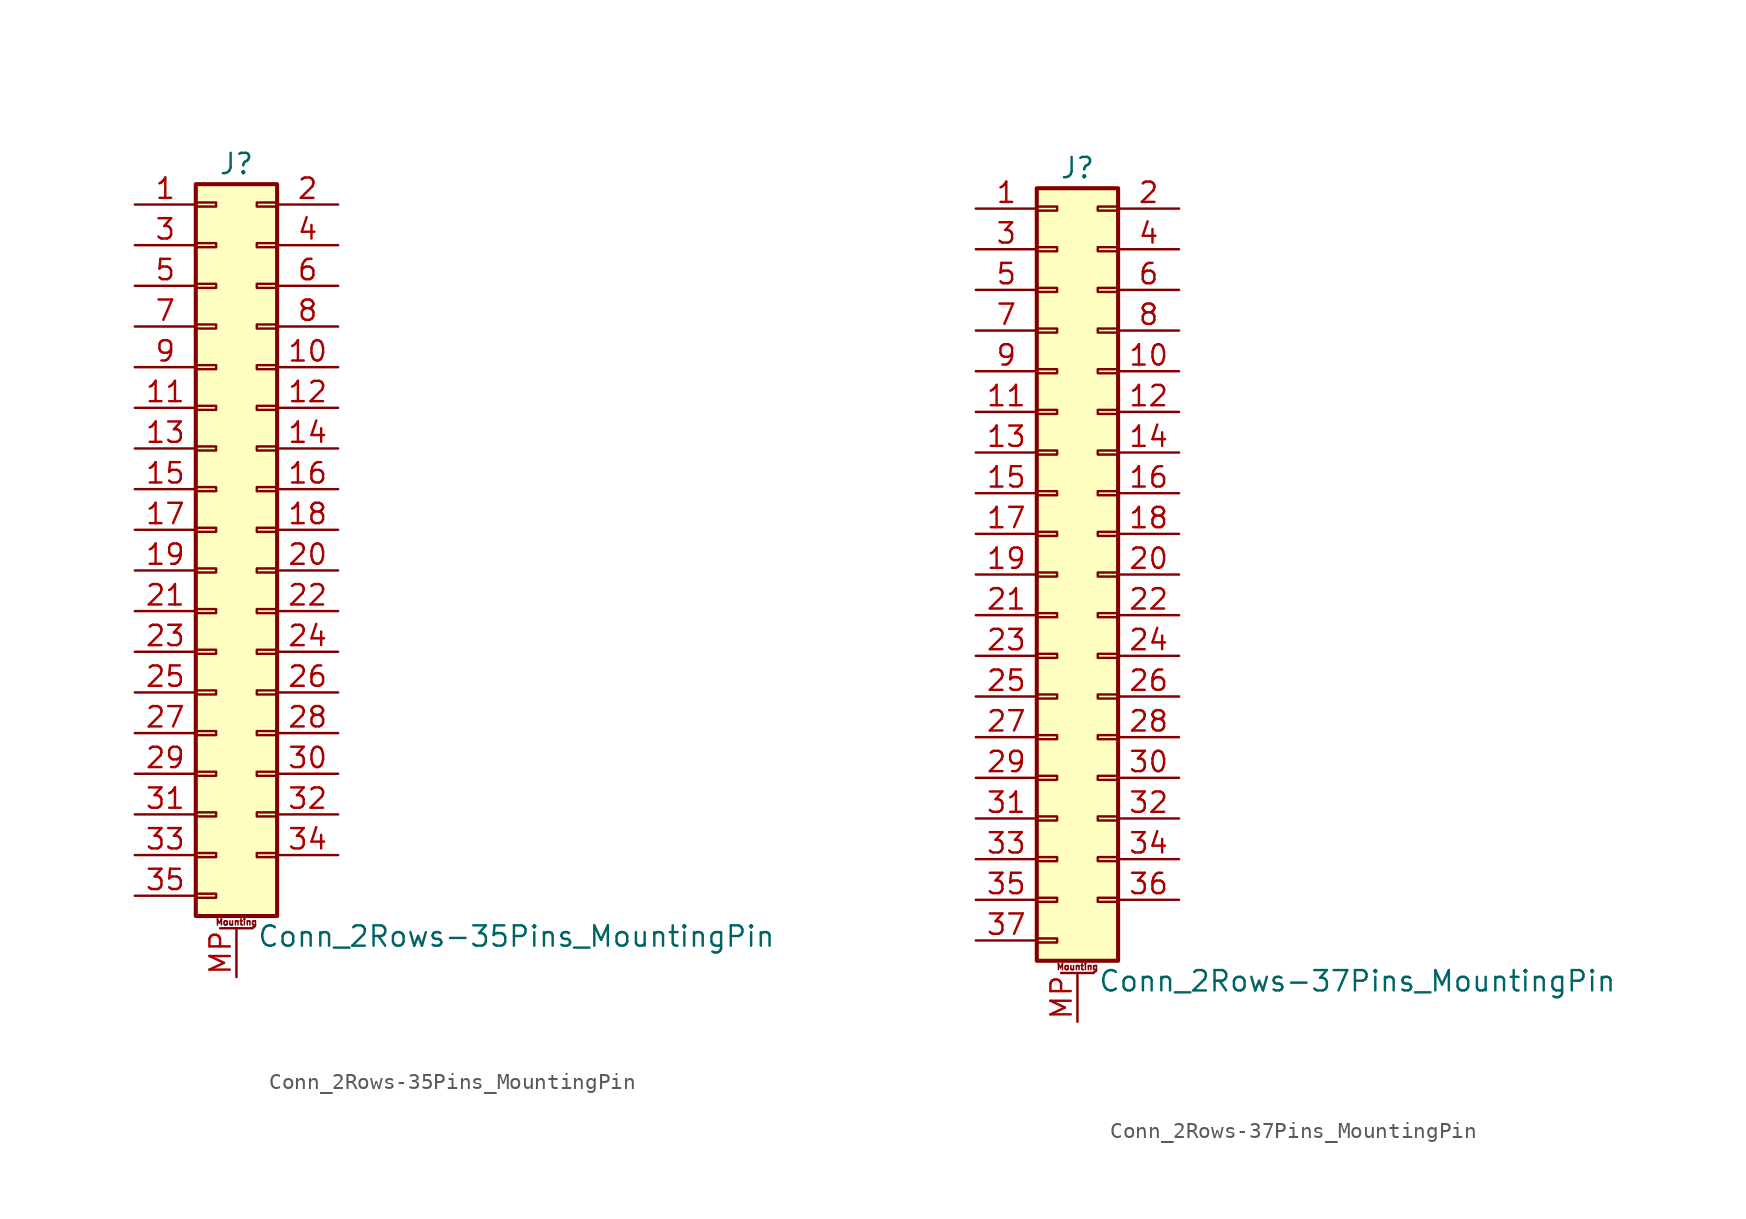
<source format=kicad_sym>
(kicad_symbol_lib
  (version 20201005)
  (generator kicad_symbol_editor)
  (symbol "Conn_2Rows-35Pins_MountingPin"
    (pin_names
      (offset 1.016) hide)
    (property "Reference" "J"
      (at 1.27 22.86 0)
      (effects (font (size 1.27 1.27))))
    (property "Value" "Conn_2Rows-35Pins_MountingPin"
      (at 2.54 -25.4 0)
      (effects (font (size 1.27 1.27)) (justify left)))
    (symbol "Conn_2Rows-35Pins_MountingPin_1_1"
      (text "Mounting" (at 1.27 -24.511 0) (effects (font (size 0.381 0.381))))
      (rectangle (start -1.27 -22.733) (end 0 -22.987) (stroke (width 0.152)) (fill (type none)))
      (rectangle (start -1.27 -20.193) (end 0 -20.447) (stroke (width 0.152)) (fill (type none)))
      (rectangle (start -1.27 -17.653) (end 0 -17.907) (stroke (width 0.152)) (fill (type none)))
      (rectangle (start -1.27 -15.113) (end 0 -15.367) (stroke (width 0.152)) (fill (type none)))
      (rectangle (start -1.27 -12.573) (end 0 -12.827) (stroke (width 0.152)) (fill (type none)))
      (rectangle (start -1.27 -10.033) (end 0 -10.287) (stroke (width 0.152)) (fill (type none)))
      (rectangle (start -1.27 -7.493) (end 0 -7.747) (stroke (width 0.152)) (fill (type none)))
      (rectangle (start -1.27 -4.953) (end 0 -5.207) (stroke (width 0.152)) (fill (type none)))
      (rectangle (start -1.27 -2.413) (end 0 -2.667) (stroke (width 0.152)) (fill (type none)))
      (rectangle (start -1.27 0.127) (end 0 -0.127) (stroke (width 0.152)) (fill (type none)))
      (rectangle (start -1.27 2.667) (end 0 2.413) (stroke (width 0.152)) (fill (type none)))
      (rectangle (start -1.27 5.207) (end 0 4.953) (stroke (width 0.152)) (fill (type none)))
      (rectangle (start -1.27 7.747) (end 0 7.493) (stroke (width 0.152)) (fill (type none)))
      (rectangle (start -1.27 10.287) (end 0 10.033) (stroke (width 0.152)) (fill (type none)))
      (rectangle (start -1.27 12.827) (end 0 12.573) (stroke (width 0.152)) (fill (type none)))
      (rectangle (start -1.27 15.367) (end 0 15.113) (stroke (width 0.152)) (fill (type none)))
      (rectangle (start -1.27 17.907) (end 0 17.653) (stroke (width 0.152)) (fill (type none)))
      (rectangle (start -1.27 20.447) (end 0 20.193) (stroke (width 0.152)) (fill (type none)))
      (rectangle (start -1.27 21.59) (end 3.81 -24.13) (stroke (width 0.254)) (fill (type background)))
      (rectangle (start 3.81 -20.193) (end 2.54 -20.447) (stroke (width 0.152)) (fill (type none)))
      (rectangle (start 3.81 -17.653) (end 2.54 -17.907) (stroke (width 0.152)) (fill (type none)))
      (rectangle (start 3.81 -15.113) (end 2.54 -15.367) (stroke (width 0.152)) (fill (type none)))
      (rectangle (start 3.81 -12.573) (end 2.54 -12.827) (stroke (width 0.152)) (fill (type none)))
      (rectangle (start 3.81 -10.033) (end 2.54 -10.287) (stroke (width 0.152)) (fill (type none)))
      (rectangle (start 3.81 -7.493) (end 2.54 -7.747) (stroke (width 0.152)) (fill (type none)))
      (rectangle (start 3.81 -4.953) (end 2.54 -5.207) (stroke (width 0.152)) (fill (type none)))
      (rectangle (start 3.81 -2.413) (end 2.54 -2.667) (stroke (width 0.152)) (fill (type none)))
      (rectangle (start 3.81 0.127) (end 2.54 -0.127) (stroke (width 0.152)) (fill (type none)))
      (rectangle (start 3.81 2.667) (end 2.54 2.413) (stroke (width 0.152)) (fill (type none)))
      (rectangle (start 3.81 5.207) (end 2.54 4.953) (stroke (width 0.152)) (fill (type none)))
      (rectangle (start 3.81 7.747) (end 2.54 7.493) (stroke (width 0.152)) (fill (type none)))
      (rectangle (start 3.81 10.287) (end 2.54 10.033) (stroke (width 0.152)) (fill (type none)))
      (rectangle (start 3.81 12.827) (end 2.54 12.573) (stroke (width 0.152)) (fill (type none)))
      (rectangle (start 3.81 15.367) (end 2.54 15.113) (stroke (width 0.152)) (fill (type none)))
      (rectangle (start 3.81 17.907) (end 2.54 17.653) (stroke (width 0.152)) (fill (type none)))
      (rectangle (start 3.81 20.447) (end 2.54 20.193) (stroke (width 0.152)) (fill (type none)))
      (polyline (pts (xy 0.254 -24.892) (xy 2.286 -24.892)) (stroke (width 0.152)) (fill (type none)))
      (pin passive line (at -5.08 20.32 0) (length 3.81) (name "Pin_1" (effects (font (size 1.27 1.27)))) (number "1" (effects (font (size 1.27 1.27)))))
      (pin passive line (at 7.62 10.16 180) (length 3.81) (name "Pin_10" (effects (font (size 1.27 1.27)))) (number "10" (effects (font (size 1.27 1.27)))))
      (pin passive line (at -5.08 7.62 0) (length 3.81) (name "Pin_11" (effects (font (size 1.27 1.27)))) (number "11" (effects (font (size 1.27 1.27)))))
      (pin passive line (at 7.62 7.62 180) (length 3.81) (name "Pin_12" (effects (font (size 1.27 1.27)))) (number "12" (effects (font (size 1.27 1.27)))))
      (pin passive line (at -5.08 5.08 0) (length 3.81) (name "Pin_13" (effects (font (size 1.27 1.27)))) (number "13" (effects (font (size 1.27 1.27)))))
      (pin passive line (at 7.62 5.08 180) (length 3.81) (name "Pin_14" (effects (font (size 1.27 1.27)))) (number "14" (effects (font (size 1.27 1.27)))))
      (pin passive line (at -5.08 2.54 0) (length 3.81) (name "Pin_15" (effects (font (size 1.27 1.27)))) (number "15" (effects (font (size 1.27 1.27)))))
      (pin passive line (at 7.62 2.54 180) (length 3.81) (name "Pin_16" (effects (font (size 1.27 1.27)))) (number "16" (effects (font (size 1.27 1.27)))))
      (pin passive line (at -5.08 0 0) (length 3.81) (name "Pin_17" (effects (font (size 1.27 1.27)))) (number "17" (effects (font (size 1.27 1.27)))))
      (pin passive line (at 7.62 0 180) (length 3.81) (name "Pin_18" (effects (font (size 1.27 1.27)))) (number "18" (effects (font (size 1.27 1.27)))))
      (pin passive line (at -5.08 -2.54 0) (length 3.81) (name "Pin_19" (effects (font (size 1.27 1.27)))) (number "19" (effects (font (size 1.27 1.27)))))
      (pin passive line (at 7.62 20.32 180) (length 3.81) (name "Pin_2" (effects (font (size 1.27 1.27)))) (number "2" (effects (font (size 1.27 1.27)))))
      (pin passive line (at 7.62 -2.54 180) (length 3.81) (name "Pin_20" (effects (font (size 1.27 1.27)))) (number "20" (effects (font (size 1.27 1.27)))))
      (pin passive line (at -5.08 -5.08 0) (length 3.81) (name "Pin_21" (effects (font (size 1.27 1.27)))) (number "21" (effects (font (size 1.27 1.27)))))
      (pin passive line (at 7.62 -5.08 180) (length 3.81) (name "Pin_22" (effects (font (size 1.27 1.27)))) (number "22" (effects (font (size 1.27 1.27)))))
      (pin passive line (at -5.08 -7.62 0) (length 3.81) (name "Pin_23" (effects (font (size 1.27 1.27)))) (number "23" (effects (font (size 1.27 1.27)))))
      (pin passive line (at 7.62 -7.62 180) (length 3.81) (name "Pin_24" (effects (font (size 1.27 1.27)))) (number "24" (effects (font (size 1.27 1.27)))))
      (pin passive line (at -5.08 -10.16 0) (length 3.81) (name "Pin_25" (effects (font (size 1.27 1.27)))) (number "25" (effects (font (size 1.27 1.27)))))
      (pin passive line (at 7.62 -10.16 180) (length 3.81) (name "Pin_26" (effects (font (size 1.27 1.27)))) (number "26" (effects (font (size 1.27 1.27)))))
      (pin passive line (at -5.08 -12.7 0) (length 3.81) (name "Pin_27" (effects (font (size 1.27 1.27)))) (number "27" (effects (font (size 1.27 1.27)))))
      (pin passive line (at 7.62 -12.7 180) (length 3.81) (name "Pin_28" (effects (font (size 1.27 1.27)))) (number "28" (effects (font (size 1.27 1.27)))))
      (pin passive line (at -5.08 -15.24 0) (length 3.81) (name "Pin_29" (effects (font (size 1.27 1.27)))) (number "29" (effects (font (size 1.27 1.27)))))
      (pin passive line (at -5.08 17.78 0) (length 3.81) (name "Pin_3" (effects (font (size 1.27 1.27)))) (number "3" (effects (font (size 1.27 1.27)))))
      (pin passive line (at 7.62 -15.24 180) (length 3.81) (name "Pin_30" (effects (font (size 1.27 1.27)))) (number "30" (effects (font (size 1.27 1.27)))))
      (pin passive line (at -5.08 -17.78 0) (length 3.81) (name "Pin_31" (effects (font (size 1.27 1.27)))) (number "31" (effects (font (size 1.27 1.27)))))
      (pin passive line (at 7.62 -17.78 180) (length 3.81) (name "Pin_32" (effects (font (size 1.27 1.27)))) (number "32" (effects (font (size 1.27 1.27)))))
      (pin passive line (at -5.08 -20.32 0) (length 3.81) (name "Pin_33" (effects (font (size 1.27 1.27)))) (number "33" (effects (font (size 1.27 1.27)))))
      (pin passive line (at 7.62 -20.32 180) (length 3.81) (name "Pin_34" (effects (font (size 1.27 1.27)))) (number "34" (effects (font (size 1.27 1.27)))))
      (pin passive line (at -5.08 -22.86 0) (length 3.81) (name "Pin_35" (effects (font (size 1.27 1.27)))) (number "35" (effects (font (size 1.27 1.27)))))
      (pin passive line (at 7.62 17.78 180) (length 3.81) (name "Pin_4" (effects (font (size 1.27 1.27)))) (number "4" (effects (font (size 1.27 1.27)))))
      (pin passive line (at -5.08 15.24 0) (length 3.81) (name "Pin_5" (effects (font (size 1.27 1.27)))) (number "5" (effects (font (size 1.27 1.27)))))
      (pin passive line (at 7.62 15.24 180) (length 3.81) (name "Pin_6" (effects (font (size 1.27 1.27)))) (number "6" (effects (font (size 1.27 1.27)))))
      (pin passive line (at -5.08 12.7 0) (length 3.81) (name "Pin_7" (effects (font (size 1.27 1.27)))) (number "7" (effects (font (size 1.27 1.27)))))
      (pin passive line (at 7.62 12.7 180) (length 3.81) (name "Pin_8" (effects (font (size 1.27 1.27)))) (number "8" (effects (font (size 1.27 1.27)))))
      (pin passive line (at -5.08 10.16 0) (length 3.81) (name "Pin_9" (effects (font (size 1.27 1.27)))) (number "9" (effects (font (size 1.27 1.27)))))
      (pin passive line (at 1.27 -27.94 90) (length 3.048) (name "MountPin" (effects (font (size 1.27 1.27)))) (number "MP" (effects (font (size 1.27 1.27)))))))
  (symbol "Conn_2Rows-37Pins_MountingPin"
    (pin_names
      (offset 1.016) hide)
    (property "Reference" "J"
      (at 1.27 25.4 0)
      (effects (font (size 1.27 1.27))))
    (property "Value" "Conn_2Rows-37Pins_MountingPin"
      (at 2.54 -25.4 0)
      (effects (font (size 1.27 1.27)) (justify left)))
    (symbol "Conn_2Rows-37Pins_MountingPin_1_1"
      (text "Mounting" (at 1.27 -24.511 0) (effects (font (size 0.381 0.381))))
      (rectangle (start -1.27 -22.733) (end 0 -22.987) (stroke (width 0.152)) (fill (type none)))
      (rectangle (start -1.27 -20.193) (end 0 -20.447) (stroke (width 0.152)) (fill (type none)))
      (rectangle (start -1.27 -17.653) (end 0 -17.907) (stroke (width 0.152)) (fill (type none)))
      (rectangle (start -1.27 -15.113) (end 0 -15.367) (stroke (width 0.152)) (fill (type none)))
      (rectangle (start -1.27 -12.573) (end 0 -12.827) (stroke (width 0.152)) (fill (type none)))
      (rectangle (start -1.27 -10.033) (end 0 -10.287) (stroke (width 0.152)) (fill (type none)))
      (rectangle (start -1.27 -7.493) (end 0 -7.747) (stroke (width 0.152)) (fill (type none)))
      (rectangle (start -1.27 -4.953) (end 0 -5.207) (stroke (width 0.152)) (fill (type none)))
      (rectangle (start -1.27 -2.413) (end 0 -2.667) (stroke (width 0.152)) (fill (type none)))
      (rectangle (start -1.27 0.127) (end 0 -0.127) (stroke (width 0.152)) (fill (type none)))
      (rectangle (start -1.27 2.667) (end 0 2.413) (stroke (width 0.152)) (fill (type none)))
      (rectangle (start -1.27 5.207) (end 0 4.953) (stroke (width 0.152)) (fill (type none)))
      (rectangle (start -1.27 7.747) (end 0 7.493) (stroke (width 0.152)) (fill (type none)))
      (rectangle (start -1.27 10.287) (end 0 10.033) (stroke (width 0.152)) (fill (type none)))
      (rectangle (start -1.27 12.827) (end 0 12.573) (stroke (width 0.152)) (fill (type none)))
      (rectangle (start -1.27 15.367) (end 0 15.113) (stroke (width 0.152)) (fill (type none)))
      (rectangle (start -1.27 17.907) (end 0 17.653) (stroke (width 0.152)) (fill (type none)))
      (rectangle (start -1.27 20.447) (end 0 20.193) (stroke (width 0.152)) (fill (type none)))
      (rectangle (start -1.27 22.987) (end 0 22.733) (stroke (width 0.152)) (fill (type none)))
      (rectangle (start -1.27 24.13) (end 3.81 -24.13) (stroke (width 0.254)) (fill (type background)))
      (rectangle (start 3.81 -20.193) (end 2.54 -20.447) (stroke (width 0.152)) (fill (type none)))
      (rectangle (start 3.81 -17.653) (end 2.54 -17.907) (stroke (width 0.152)) (fill (type none)))
      (rectangle (start 3.81 -15.113) (end 2.54 -15.367) (stroke (width 0.152)) (fill (type none)))
      (rectangle (start 3.81 -12.573) (end 2.54 -12.827) (stroke (width 0.152)) (fill (type none)))
      (rectangle (start 3.81 -10.033) (end 2.54 -10.287) (stroke (width 0.152)) (fill (type none)))
      (rectangle (start 3.81 -7.493) (end 2.54 -7.747) (stroke (width 0.152)) (fill (type none)))
      (rectangle (start 3.81 -4.953) (end 2.54 -5.207) (stroke (width 0.152)) (fill (type none)))
      (rectangle (start 3.81 -2.413) (end 2.54 -2.667) (stroke (width 0.152)) (fill (type none)))
      (rectangle (start 3.81 0.127) (end 2.54 -0.127) (stroke (width 0.152)) (fill (type none)))
      (rectangle (start 3.81 2.667) (end 2.54 2.413) (stroke (width 0.152)) (fill (type none)))
      (rectangle (start 3.81 5.207) (end 2.54 4.953) (stroke (width 0.152)) (fill (type none)))
      (rectangle (start 3.81 7.747) (end 2.54 7.493) (stroke (width 0.152)) (fill (type none)))
      (rectangle (start 3.81 10.287) (end 2.54 10.033) (stroke (width 0.152)) (fill (type none)))
      (rectangle (start 3.81 12.827) (end 2.54 12.573) (stroke (width 0.152)) (fill (type none)))
      (rectangle (start 3.81 15.367) (end 2.54 15.113) (stroke (width 0.152)) (fill (type none)))
      (rectangle (start 3.81 17.907) (end 2.54 17.653) (stroke (width 0.152)) (fill (type none)))
      (rectangle (start 3.81 20.447) (end 2.54 20.193) (stroke (width 0.152)) (fill (type none)))
      (rectangle (start 3.81 22.987) (end 2.54 22.733) (stroke (width 0.152)) (fill (type none)))
      (polyline (pts (xy 0.254 -24.892) (xy 2.286 -24.892)) (stroke (width 0.152)) (fill (type none)))
      (pin passive line (at -5.08 22.86 0) (length 3.81) (name "Pin_1" (effects (font (size 1.27 1.27)))) (number "1" (effects (font (size 1.27 1.27)))))
      (pin passive line (at 7.62 12.7 180) (length 3.81) (name "Pin_10" (effects (font (size 1.27 1.27)))) (number "10" (effects (font (size 1.27 1.27)))))
      (pin passive line (at -5.08 10.16 0) (length 3.81) (name "Pin_11" (effects (font (size 1.27 1.27)))) (number "11" (effects (font (size 1.27 1.27)))))
      (pin passive line (at 7.62 10.16 180) (length 3.81) (name "Pin_12" (effects (font (size 1.27 1.27)))) (number "12" (effects (font (size 1.27 1.27)))))
      (pin passive line (at -5.08 7.62 0) (length 3.81) (name "Pin_13" (effects (font (size 1.27 1.27)))) (number "13" (effects (font (size 1.27 1.27)))))
      (pin passive line (at 7.62 7.62 180) (length 3.81) (name "Pin_14" (effects (font (size 1.27 1.27)))) (number "14" (effects (font (size 1.27 1.27)))))
      (pin passive line (at -5.08 5.08 0) (length 3.81) (name "Pin_15" (effects (font (size 1.27 1.27)))) (number "15" (effects (font (size 1.27 1.27)))))
      (pin passive line (at 7.62 5.08 180) (length 3.81) (name "Pin_16" (effects (font (size 1.27 1.27)))) (number "16" (effects (font (size 1.27 1.27)))))
      (pin passive line (at -5.08 2.54 0) (length 3.81) (name "Pin_17" (effects (font (size 1.27 1.27)))) (number "17" (effects (font (size 1.27 1.27)))))
      (pin passive line (at 7.62 2.54 180) (length 3.81) (name "Pin_18" (effects (font (size 1.27 1.27)))) (number "18" (effects (font (size 1.27 1.27)))))
      (pin passive line (at -5.08 0 0) (length 3.81) (name "Pin_19" (effects (font (size 1.27 1.27)))) (number "19" (effects (font (size 1.27 1.27)))))
      (pin passive line (at 7.62 22.86 180) (length 3.81) (name "Pin_2" (effects (font (size 1.27 1.27)))) (number "2" (effects (font (size 1.27 1.27)))))
      (pin passive line (at 7.62 0 180) (length 3.81) (name "Pin_20" (effects (font (size 1.27 1.27)))) (number "20" (effects (font (size 1.27 1.27)))))
      (pin passive line (at -5.08 -2.54 0) (length 3.81) (name "Pin_21" (effects (font (size 1.27 1.27)))) (number "21" (effects (font (size 1.27 1.27)))))
      (pin passive line (at 7.62 -2.54 180) (length 3.81) (name "Pin_22" (effects (font (size 1.27 1.27)))) (number "22" (effects (font (size 1.27 1.27)))))
      (pin passive line (at -5.08 -5.08 0) (length 3.81) (name "Pin_23" (effects (font (size 1.27 1.27)))) (number "23" (effects (font (size 1.27 1.27)))))
      (pin passive line (at 7.62 -5.08 180) (length 3.81) (name "Pin_24" (effects (font (size 1.27 1.27)))) (number "24" (effects (font (size 1.27 1.27)))))
      (pin passive line (at -5.08 -7.62 0) (length 3.81) (name "Pin_25" (effects (font (size 1.27 1.27)))) (number "25" (effects (font (size 1.27 1.27)))))
      (pin passive line (at 7.62 -7.62 180) (length 3.81) (name "Pin_26" (effects (font (size 1.27 1.27)))) (number "26" (effects (font (size 1.27 1.27)))))
      (pin passive line (at -5.08 -10.16 0) (length 3.81) (name "Pin_27" (effects (font (size 1.27 1.27)))) (number "27" (effects (font (size 1.27 1.27)))))
      (pin passive line (at 7.62 -10.16 180) (length 3.81) (name "Pin_28" (effects (font (size 1.27 1.27)))) (number "28" (effects (font (size 1.27 1.27)))))
      (pin passive line (at -5.08 -12.7 0) (length 3.81) (name "Pin_29" (effects (font (size 1.27 1.27)))) (number "29" (effects (font (size 1.27 1.27)))))
      (pin passive line (at -5.08 20.32 0) (length 3.81) (name "Pin_3" (effects (font (size 1.27 1.27)))) (number "3" (effects (font (size 1.27 1.27)))))
      (pin passive line (at 7.62 -12.7 180) (length 3.81) (name "Pin_30" (effects (font (size 1.27 1.27)))) (number "30" (effects (font (size 1.27 1.27)))))
      (pin passive line (at -5.08 -15.24 0) (length 3.81) (name "Pin_31" (effects (font (size 1.27 1.27)))) (number "31" (effects (font (size 1.27 1.27)))))
      (pin passive line (at 7.62 -15.24 180) (length 3.81) (name "Pin_32" (effects (font (size 1.27 1.27)))) (number "32" (effects (font (size 1.27 1.27)))))
      (pin passive line (at -5.08 -17.78 0) (length 3.81) (name "Pin_33" (effects (font (size 1.27 1.27)))) (number "33" (effects (font (size 1.27 1.27)))))
      (pin passive line (at 7.62 -17.78 180) (length 3.81) (name "Pin_34" (effects (font (size 1.27 1.27)))) (number "34" (effects (font (size 1.27 1.27)))))
      (pin passive line (at -5.08 -20.32 0) (length 3.81) (name "Pin_35" (effects (font (size 1.27 1.27)))) (number "35" (effects (font (size 1.27 1.27)))))
      (pin passive line (at 7.62 -20.32 180) (length 3.81) (name "Pin_36" (effects (font (size 1.27 1.27)))) (number "36" (effects (font (size 1.27 1.27)))))
      (pin passive line (at -5.08 -22.86 0) (length 3.81) (name "Pin_37" (effects (font (size 1.27 1.27)))) (number "37" (effects (font (size 1.27 1.27)))))
      (pin passive line (at 7.62 20.32 180) (length 3.81) (name "Pin_4" (effects (font (size 1.27 1.27)))) (number "4" (effects (font (size 1.27 1.27)))))
      (pin passive line (at -5.08 17.78 0) (length 3.81) (name "Pin_5" (effects (font (size 1.27 1.27)))) (number "5" (effects (font (size 1.27 1.27)))))
      (pin passive line (at 7.62 17.78 180) (length 3.81) (name "Pin_6" (effects (font (size 1.27 1.27)))) (number "6" (effects (font (size 1.27 1.27)))))
      (pin passive line (at -5.08 15.24 0) (length 3.81) (name "Pin_7" (effects (font (size 1.27 1.27)))) (number "7" (effects (font (size 1.27 1.27)))))
      (pin passive line (at 7.62 15.24 180) (length 3.81) (name "Pin_8" (effects (font (size 1.27 1.27)))) (number "8" (effects (font (size 1.27 1.27)))))
      (pin passive line (at -5.08 12.7 0) (length 3.81) (name "Pin_9" (effects (font (size 1.27 1.27)))) (number "9" (effects (font (size 1.27 1.27)))))
      (pin passive line (at 1.27 -27.94 90) (length 3.048) (name "MountPin" (effects (font (size 1.27 1.27)))) (number "MP" (effects (font (size 1.27 1.27))))))))
</source>
